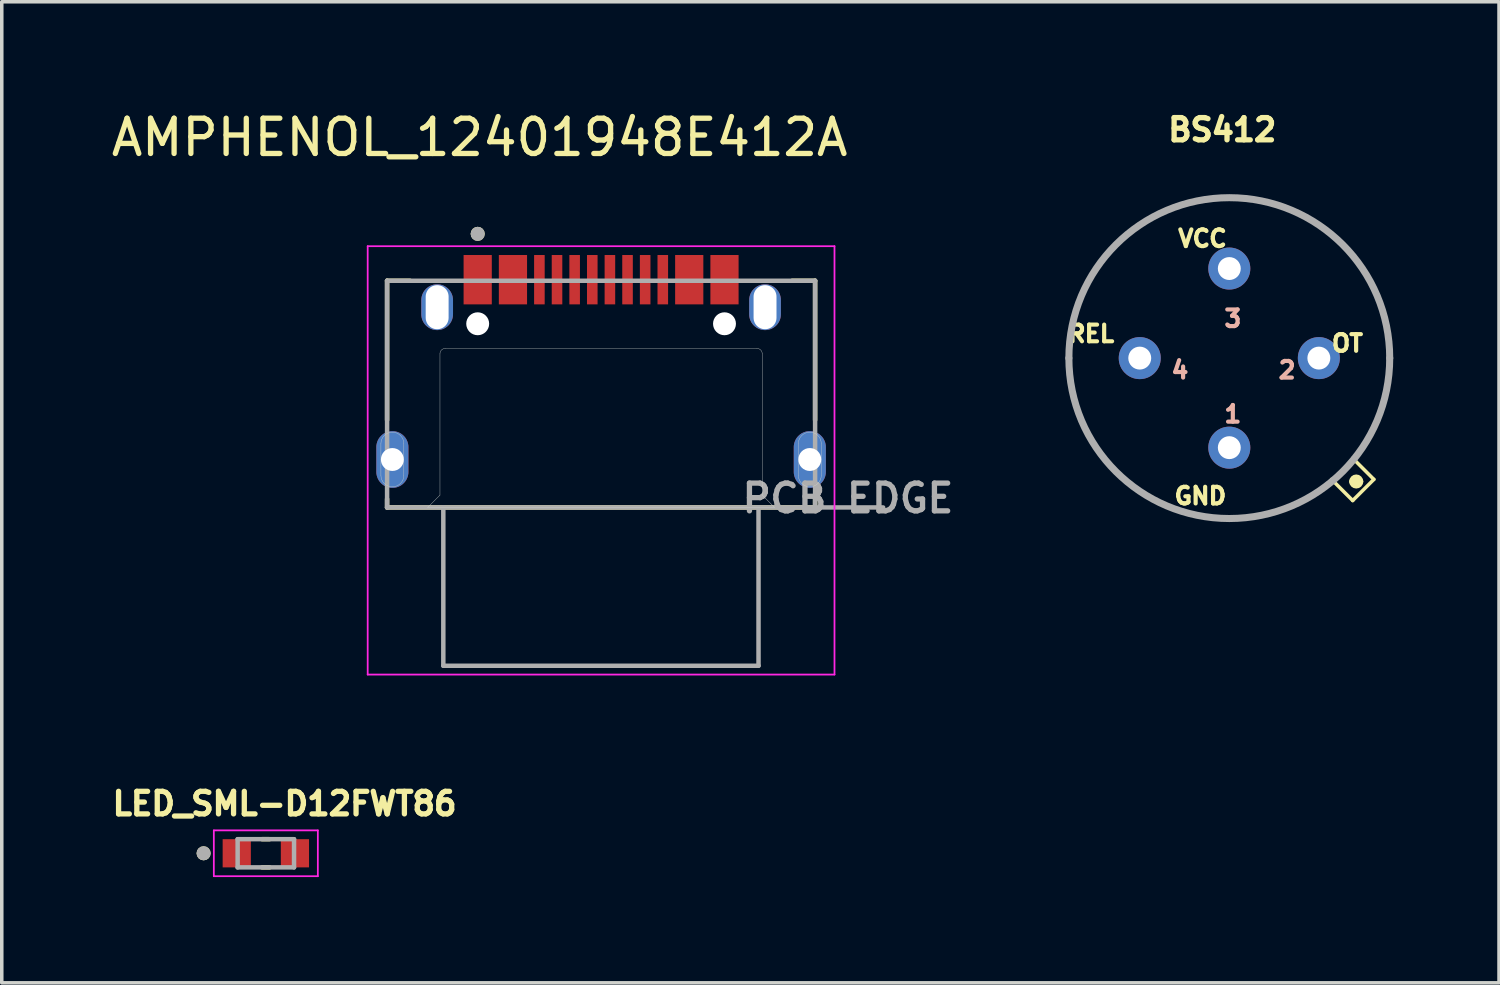
<source format=kicad_pcb>
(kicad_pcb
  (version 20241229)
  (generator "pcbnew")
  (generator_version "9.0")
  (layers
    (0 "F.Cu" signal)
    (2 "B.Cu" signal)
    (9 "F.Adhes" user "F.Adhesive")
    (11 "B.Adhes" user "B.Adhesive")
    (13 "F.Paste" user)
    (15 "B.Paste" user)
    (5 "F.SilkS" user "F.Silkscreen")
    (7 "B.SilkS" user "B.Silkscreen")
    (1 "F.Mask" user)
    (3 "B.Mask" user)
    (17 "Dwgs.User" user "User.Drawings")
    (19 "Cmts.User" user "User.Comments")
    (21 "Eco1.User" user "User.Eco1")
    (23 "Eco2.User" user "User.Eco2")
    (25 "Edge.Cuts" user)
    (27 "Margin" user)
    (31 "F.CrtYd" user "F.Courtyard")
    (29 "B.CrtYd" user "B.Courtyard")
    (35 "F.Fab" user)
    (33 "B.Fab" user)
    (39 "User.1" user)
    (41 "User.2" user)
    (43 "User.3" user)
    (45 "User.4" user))
  (footprint "AMPHENOL_12401948E412A"
    (layer "F.Cu")
    (at 13.999 9.983)
    (property "Reference" "AMPHENOL_12401948E412A" (at -3.445 -9.135 0) (layer "F.SilkS") (effects (font (size 1 1) (thickness 0.15))))
    (attr smd)
    (fp_poly (pts (xy -5.37 0.35) (xy -5.373 0.407) (xy -5.382 0.464) (xy -5.397 0.52) (xy -5.418 0.574) (xy -5.444 0.625) (xy -5.475 0.673) (xy -5.511 0.718) (xy -5.552 0.759) (xy -5.597 0.795) (xy -5.645 0.826) (xy -5.696 0.852) (xy -5.75 0.873) (xy -5.806 0.888) (xy -5.863 0.897) (xy -5.92 0.9) (xy -5.977 0.897) (xy -6.034 0.888) (xy -6.09 0.873) (xy -6.144 0.852) (xy -6.195 0.826) (xy -6.243 0.795) (xy -6.288 0.759) (xy -6.329 0.718) (xy -6.365 0.673) (xy -6.396 0.625) (xy -6.422 0.574) (xy -6.443 0.52) (xy -6.458 0.464) (xy -6.467 0.407) (xy -6.47 0.35) (xy -6.47 -0.35) (xy -6.467 -0.407) (xy -6.458 -0.464) (xy -6.443 -0.52) (xy -6.422 -0.574) (xy -6.396 -0.625) (xy -6.365 -0.673) (xy -6.329 -0.718) (xy -6.288 -0.759) (xy -6.243 -0.795) (xy -6.195 -0.826) (xy -6.144 -0.852) (xy -6.09 -0.873) (xy -6.034 -0.888) (xy -5.977 -0.897) (xy -5.92 -0.9) (xy -5.863 -0.897) (xy -5.806 -0.888) (xy -5.75 -0.873) (xy -5.696 -0.852) (xy -5.645 -0.826) (xy -5.597 -0.795) (xy -5.552 -0.759) (xy -5.511 -0.718) (xy -5.475 -0.673) (xy -5.444 -0.625) (xy -5.418 -0.574) (xy -5.397 -0.52) (xy -5.382 -0.464) (xy -5.373 -0.407) (xy -5.37 -0.35) (xy -5.37 0.35)) (stroke (width 0.01) (type solid)) (fill yes) (layer "F.Mask"))
    (fp_poly (pts (xy 6.47 0.35) (xy 6.467 0.407) (xy 6.458 0.464) (xy 6.443 0.52) (xy 6.422 0.574) (xy 6.396 0.625) (xy 6.365 0.673) (xy 6.329 0.718) (xy 6.288 0.759) (xy 6.243 0.795) (xy 6.195 0.826) (xy 6.144 0.852) (xy 6.09 0.873) (xy 6.034 0.888) (xy 5.977 0.897) (xy 5.92 0.9) (xy 5.863 0.897) (xy 5.806 0.888) (xy 5.75 0.873) (xy 5.696 0.852) (xy 5.645 0.826) (xy 5.597 0.795) (xy 5.552 0.759) (xy 5.511 0.718) (xy 5.475 0.673) (xy 5.444 0.625) (xy 5.418 0.574) (xy 5.397 0.52) (xy 5.382 0.464) (xy 5.373 0.407) (xy 5.37 0.35) (xy 5.37 -0.35) (xy 5.373 -0.407) (xy 5.382 -0.464) (xy 5.397 -0.52) (xy 5.418 -0.574) (xy 5.444 -0.625) (xy 5.475 -0.673) (xy 5.511 -0.718) (xy 5.552 -0.759) (xy 5.597 -0.795) (xy 5.645 -0.826) (xy 5.696 -0.852) (xy 5.75 -0.873) (xy 5.806 -0.888) (xy 5.863 -0.897) (xy 5.92 -0.9) (xy 5.977 -0.897) (xy 6.034 -0.888) (xy 6.09 -0.873) (xy 6.144 -0.852) (xy 6.195 -0.826) (xy 6.243 -0.795) (xy 6.288 -0.759) (xy 6.329 -0.718) (xy 6.365 -0.673) (xy 6.396 -0.625) (xy 6.422 -0.574) (xy 6.443 -0.52) (xy 6.458 -0.464) (xy 6.467 -0.407) (xy 6.47 -0.35) (xy 6.47 0.35)) (stroke (width 0.01) (type solid)) (fill yes) (layer "F.Mask"))
    (fp_poly (pts (xy -5.37 0.35) (xy -5.373 0.407) (xy -5.382 0.464) (xy -5.397 0.52) (xy -5.418 0.574) (xy -5.444 0.625) (xy -5.475 0.673) (xy -5.511 0.718) (xy -5.552 0.759) (xy -5.597 0.795) (xy -5.645 0.826) (xy -5.696 0.852) (xy -5.75 0.873) (xy -5.806 0.888) (xy -5.863 0.897) (xy -5.92 0.9) (xy -5.977 0.897) (xy -6.034 0.888) (xy -6.09 0.873) (xy -6.144 0.852) (xy -6.195 0.826) (xy -6.243 0.795) (xy -6.288 0.759) (xy -6.329 0.718) (xy -6.365 0.673) (xy -6.396 0.625) (xy -6.422 0.574) (xy -6.443 0.52) (xy -6.458 0.464) (xy -6.467 0.407) (xy -6.47 0.35) (xy -6.47 -0.35) (xy -6.467 -0.407) (xy -6.458 -0.464) (xy -6.443 -0.52) (xy -6.422 -0.574) (xy -6.396 -0.625) (xy -6.365 -0.673) (xy -6.329 -0.718) (xy -6.288 -0.759) (xy -6.243 -0.795) (xy -6.195 -0.826) (xy -6.144 -0.852) (xy -6.09 -0.873) (xy -6.034 -0.888) (xy -5.977 -0.897) (xy -5.92 -0.9) (xy -5.863 -0.897) (xy -5.806 -0.888) (xy -5.75 -0.873) (xy -5.696 -0.852) (xy -5.645 -0.826) (xy -5.597 -0.795) (xy -5.552 -0.759) (xy -5.511 -0.718) (xy -5.475 -0.673) (xy -5.444 -0.625) (xy -5.418 -0.574) (xy -5.397 -0.52) (xy -5.382 -0.464) (xy -5.373 -0.407) (xy -5.37 -0.35) (xy -5.37 0.35)) (stroke (width 0.01) (type solid)) (fill yes) (layer "B.Mask"))
    (fp_poly (pts (xy 6.47 0.35) (xy 6.467 0.407) (xy 6.458 0.464) (xy 6.443 0.52) (xy 6.422 0.574) (xy 6.396 0.625) (xy 6.365 0.673) (xy 6.329 0.718) (xy 6.288 0.759) (xy 6.243 0.795) (xy 6.195 0.826) (xy 6.144 0.852) (xy 6.09 0.873) (xy 6.034 0.888) (xy 5.977 0.897) (xy 5.92 0.9) (xy 5.863 0.897) (xy 5.806 0.888) (xy 5.75 0.873) (xy 5.696 0.852) (xy 5.645 0.826) (xy 5.597 0.795) (xy 5.552 0.759) (xy 5.511 0.718) (xy 5.475 0.673) (xy 5.444 0.625) (xy 5.418 0.574) (xy 5.397 0.52) (xy 5.382 0.464) (xy 5.373 0.407) (xy 5.37 0.35) (xy 5.37 -0.35) (xy 5.373 -0.407) (xy 5.382 -0.464) (xy 5.397 -0.52) (xy 5.418 -0.574) (xy 5.444 -0.625) (xy 5.475 -0.673) (xy 5.511 -0.718) (xy 5.552 -0.759) (xy 5.597 -0.795) (xy 5.645 -0.826) (xy 5.696 -0.852) (xy 5.75 -0.873) (xy 5.806 -0.888) (xy 5.863 -0.897) (xy 5.92 -0.9) (xy 5.977 -0.897) (xy 6.034 -0.888) (xy 6.09 -0.873) (xy 6.144 -0.852) (xy 6.195 -0.826) (xy 6.243 -0.795) (xy 6.288 -0.759) (xy 6.329 -0.718) (xy 6.365 -0.673) (xy 6.396 -0.625) (xy 6.422 -0.574) (xy 6.443 -0.52) (xy 6.458 -0.464) (xy 6.467 -0.407) (xy 6.47 -0.35) (xy 6.47 0.35)) (stroke (width 0.01) (type solid)) (fill yes) (layer "B.Mask"))
    (fp_line (start -6.07 -5.07) (end -5.42 -5.07) (stroke (width 0.127) (type solid)) (layer "F.SilkS"))
    (fp_line (start -6.07 -1.12) (end -6.07 -5.07) (stroke (width 0.127) (type solid)) (layer "F.SilkS"))
    (fp_line (start -6.07 1.36) (end -6.07 1.12) (stroke (width 0.127) (type solid)) (layer "F.SilkS"))
    (fp_line (start -6.07 1.36) (end 6.07 1.36) (stroke (width 0.127) (type solid)) (layer "F.SilkS"))
    (fp_line (start 5.42 -5.07) (end 6.07 -5.07) (stroke (width 0.127) (type solid)) (layer "F.SilkS"))
    (fp_line (start 6.07 -5.07) (end 6.07 -1.12) (stroke (width 0.127) (type solid)) (layer "F.SilkS"))
    (fp_line (start 6.07 1.36) (end 6.07 1.12) (stroke (width 0.127) (type solid)) (layer "F.SilkS"))
    (fp_circle (center -3.5 -6.4) (end -3.4 -6.4) (stroke (width 0.2) (type solid)) (fill no) (layer "F.SilkS"))
    (fp_line (start -6.245 -0.45) (end -6.245 0.45) (stroke (width 0.01) (type solid)) (layer "Edge.Cuts"))
    (fp_line (start -5.595 -0.45) (end -5.595 0.45) (stroke (width 0.01) (type solid)) (layer "Edge.Cuts"))
    (fp_line (start -4.92 1.36) (end -4.57 1.01) (stroke (width 0.01) (type solid)) (layer "Edge.Cuts"))
    (fp_line (start -4.57 1.01) (end -4.57 -3) (stroke (width 0.01) (type solid)) (layer "Edge.Cuts"))
    (fp_line (start -4.42 -3.15) (end 4.42 -3.15) (stroke (width 0.01) (type solid)) (layer "Edge.Cuts"))
    (fp_line (start 4.57 -3) (end 4.57 1.01) (stroke (width 0.01) (type solid)) (layer "Edge.Cuts"))
    (fp_line (start 4.57 1.01) (end 4.92 1.36) (stroke (width 0.01) (type solid)) (layer "Edge.Cuts"))
    (fp_line (start 4.92 1.36) (end -4.92 1.36) (stroke (width 0.01) (type solid)) (layer "Edge.Cuts"))
    (fp_line (start 5.595 -0.45) (end 5.595 0.45) (stroke (width 0.01) (type solid)) (layer "Edge.Cuts"))
    (fp_line (start 6.245 -0.45) (end 6.245 0.45) (stroke (width 0.01) (type solid)) (layer "Edge.Cuts"))
    (fp_arc (start -6.245 -0.45) (mid -5.92 -0.775) (end -5.595 -0.45) (stroke (width 0.01) (type solid)) (layer "Edge.Cuts"))
    (fp_arc (start -5.595 0.45) (mid -5.92 0.775) (end -6.245 0.45) (stroke (width 0.01) (type solid)) (layer "Edge.Cuts"))
    (fp_arc (start -4.57 -3) (mid -4.526066 -3.106066) (end -4.42 -3.15) (stroke (width 0.01) (type solid)) (layer "Edge.Cuts"))
    (fp_arc (start 4.42 -3.15) (mid 4.526066 -3.106066) (end 4.57 -3) (stroke (width 0.01) (type solid)) (layer "Edge.Cuts"))
    (fp_arc (start 5.595 -0.45) (mid 5.92 -0.775) (end 6.245 -0.45) (stroke (width 0.01) (type solid)) (layer "Edge.Cuts"))
    (fp_arc (start 6.245 0.45) (mid 5.92 0.775) (end 5.595 0.45) (stroke (width 0.01) (type solid)) (layer "Edge.Cuts"))
    (fp_line (start -6.62 -6.05) (end -6.62 6.1) (stroke (width 0.05) (type solid)) (layer "F.CrtYd"))
    (fp_line (start -6.62 6.1) (end 6.62 6.1) (stroke (width 0.05) (type solid)) (layer "F.CrtYd"))
    (fp_line (start 6.62 -6.05) (end -6.62 -6.05) (stroke (width 0.05) (type solid)) (layer "F.CrtYd"))
    (fp_line (start 6.62 6.1) (end 6.62 -6.05) (stroke (width 0.05) (type solid)) (layer "F.CrtYd"))
    (fp_line (start -6.07 -5.07) (end 6.07 -5.07) (stroke (width 0.127) (type solid)) (layer "F.Fab"))
    (fp_line (start -6.07 1.36) (end -6.07 -5.07) (stroke (width 0.127) (type solid)) (layer "F.Fab"))
    (fp_line (start -4.475 1.36) (end -6.07 1.36) (stroke (width 0.127) (type solid)) (layer "F.Fab"))
    (fp_line (start -4.475 1.36) (end 4.465 1.36) (stroke (width 0.127) (type solid)) (layer "F.Fab"))
    (fp_line (start -4.475 5.85) (end -4.475 1.36) (stroke (width 0.127) (type solid)) (layer "F.Fab"))
    (fp_line (start 4.465 1.36) (end 4.465 5.85) (stroke (width 0.127) (type solid)) (layer "F.Fab"))
    (fp_line (start 4.465 1.36) (end 6.07 1.36) (stroke (width 0.127) (type solid)) (layer "F.Fab"))
    (fp_line (start 4.465 5.85) (end -4.475 5.85) (stroke (width 0.127) (type solid)) (layer "F.Fab"))
    (fp_line (start 6.07 -5.07) (end 6.07 1.36) (stroke (width 0.127) (type solid)) (layer "F.Fab"))
    (fp_line (start 6.07 1.36) (end 8 1.36) (stroke (width 0.127) (type solid)) (layer "F.Fab"))
    (fp_circle (center -3.5 -6.4) (end -3.4 -6.4) (stroke (width 0.2) (type solid)) (fill no) (layer "F.Fab"))
    (fp_text user "PCB EDGE" (at 7 1.1 0) (layer "F.Fab") (effects (font (size 0.787 0.787) (thickness 0.15))))
    (pad "" np_thru_hole circle (at -3.5 -3.85) (size 0.65 0.65) (drill 0.65) (layers "*.Cu" "*.Mask"))
    (pad "" np_thru_hole circle (at 3.5 -3.85) (size 0.65 0.65) (drill 0.65) (layers "*.Cu" "*.Mask"))
    (pad "A1_B12" smd rect (at -3.5 -5.1) (size 0.8 1.4) (layers "F.Cu" "F.Mask" "F.Paste"))
    (pad "A4_B9" smd rect (at -2.5 -5.1) (size 0.8 1.4) (layers "F.Cu" "F.Mask" "F.Paste"))
    (pad "A5" smd rect (at -1.25 -5.1) (size 0.3 1.4) (layers "F.Cu" "F.Mask" "F.Paste"))
    (pad "A6" smd rect (at -0.25 -5.1) (size 0.3 1.4) (layers "F.Cu" "F.Mask" "F.Paste"))
    (pad "A7" smd rect (at 0.25 -5.1) (size 0.3 1.4) (layers "F.Cu" "F.Mask" "F.Paste"))
    (pad "A8" smd rect (at 1.25 -5.1) (size 0.3 1.4) (layers "F.Cu" "F.Mask" "F.Paste"))
    (pad "A9_B4" smd rect (at 2.5 -5.1) (size 0.8 1.4) (layers "F.Cu" "F.Mask" "F.Paste"))
    (pad "A12_B1" smd rect (at 3.5 -5.1) (size 0.8 1.4) (layers "F.Cu" "F.Mask" "F.Paste"))
    (pad "B5" smd rect (at 1.75 -5.1) (size 0.3 1.4) (layers "F.Cu" "F.Mask" "F.Paste"))
    (pad "B6" smd rect (at 0.75 -5.1) (size 0.3 1.4) (layers "F.Cu" "F.Mask" "F.Paste"))
    (pad "B7" smd rect (at -0.75 -5.1) (size 0.3 1.4) (layers "F.Cu" "F.Mask" "F.Paste"))
    (pad "B8" smd rect (at -1.75 -5.1) (size 0.3 1.4) (layers "F.Cu" "F.Mask" "F.Paste"))
    (pad "S1" thru_hole custom (at -5.92 0) (size 0.9 0.9) (drill 0.65) (layers "*.Cu" "*.Mask") (options (anchor circle)) (primitives (gr_poly (pts (xy 0.45 0.35) (xy 0.448 0.397) (xy 0.44 0.444) (xy 0.428 0.489) (xy 0.411 0.533) (xy 0.39 0.575) (xy 0.364 0.615) (xy 0.334 0.651) (xy 0.301 0.684) (xy 0.265 0.714) (xy 0.225 0.74) (xy 0.183 0.761) (xy 0.139 0.778) (xy 0.094 0.79) (xy 0.047 0.798) (xy 0 0.8) (xy -0.047 0.798) (xy -0.094 0.79) (xy -0.139 0.778) (xy -0.183 0.761) (xy -0.225 0.74) (xy -0.265 0.714) (xy -0.301 0.684) (xy -0.334 0.651) (xy -0.364 0.615) (xy -0.39 0.575) (xy -0.411 0.533) (xy -0.428 0.489) (xy -0.44 0.444) (xy -0.448 0.397) (xy -0.45 0.35) (xy -0.45 -0.35) (xy -0.448 -0.397) (xy -0.44 -0.444) (xy -0.428 -0.489) (xy -0.411 -0.533) (xy -0.39 -0.575) (xy -0.364 -0.615) (xy -0.334 -0.651) (xy -0.301 -0.684) (xy -0.265 -0.714) (xy -0.225 -0.74) (xy -0.183 -0.761) (xy -0.139 -0.778) (xy -0.094 -0.79) (xy -0.047 -0.798) (xy 0 -0.8) (xy 0.047 -0.798) (xy 0.094 -0.79) (xy 0.139 -0.778) (xy 0.183 -0.761) (xy 0.225 -0.74) (xy 0.265 -0.714) (xy 0.301 -0.684) (xy 0.334 -0.651) (xy 0.364 -0.615) (xy 0.39 -0.575) (xy 0.411 -0.533) (xy 0.428 -0.489) (xy 0.44 -0.444) (xy 0.448 -0.397) (xy 0.45 -0.35) (xy 0.45 0.35)) (width 0.01) (fill yes))))
    (pad "S2" thru_hole custom (at 5.92 0) (size 0.9 0.9) (drill 0.65) (layers "*.Cu" "*.Mask") (options (anchor circle)) (primitives (gr_poly (pts (xy 0.45 0.35) (xy 0.448 0.397) (xy 0.44 0.444) (xy 0.428 0.489) (xy 0.411 0.533) (xy 0.39 0.575) (xy 0.364 0.615) (xy 0.334 0.651) (xy 0.301 0.684) (xy 0.265 0.714) (xy 0.225 0.74) (xy 0.183 0.761) (xy 0.139 0.778) (xy 0.094 0.79) (xy 0.047 0.798) (xy 0 0.8) (xy -0.047 0.798) (xy -0.094 0.79) (xy -0.139 0.778) (xy -0.183 0.761) (xy -0.225 0.74) (xy -0.265 0.714) (xy -0.301 0.684) (xy -0.334 0.651) (xy -0.364 0.615) (xy -0.39 0.575) (xy -0.411 0.533) (xy -0.428 0.489) (xy -0.44 0.444) (xy -0.448 0.397) (xy -0.45 0.35) (xy -0.45 -0.35) (xy -0.448 -0.397) (xy -0.44 -0.444) (xy -0.428 -0.489) (xy -0.411 -0.533) (xy -0.39 -0.575) (xy -0.364 -0.615) (xy -0.334 -0.651) (xy -0.301 -0.684) (xy -0.265 -0.714) (xy -0.225 -0.74) (xy -0.183 -0.761) (xy -0.139 -0.778) (xy -0.094 -0.79) (xy -0.047 -0.798) (xy 0 -0.8) (xy 0.047 -0.798) (xy 0.094 -0.79) (xy 0.139 -0.778) (xy 0.183 -0.761) (xy 0.225 -0.74) (xy 0.265 -0.714) (xy 0.301 -0.684) (xy 0.334 -0.651) (xy 0.364 -0.615) (xy 0.39 -0.575) (xy 0.411 -0.533) (xy 0.428 -0.489) (xy 0.44 -0.444) (xy 0.448 -0.397) (xy 0.45 -0.35) (xy 0.45 0.35)) (width 0.01) (fill yes))))
    (pad "S3" thru_hole oval (at -4.65 -4.32) (size 0.9 1.3) (drill oval 0.65 1.25) (layers "*.Cu" "*.Mask"))
    (pad "S4" thru_hole oval (at 4.65 -4.32) (size 0.9 1.3) (drill oval 0.65 1.25) (layers "*.Cu" "*.Mask")))
  (footprint "LED_SML-D12FWT86"
    (layer "F.Cu")
    (at 4.49 21.152)
    (property "Reference" "LED_SML-D12FWT86" (at 0.532 -1.406 0) (layer "F.SilkS") (effects (font (size 0.64 0.64) (thickness 0.15))))
    (attr smd)
    (fp_line (start -0.105 -0.4) (end 0.105 -0.4) (stroke (width 0.127) (type solid)) (layer "F.SilkS"))
    (fp_line (start -0.105 0.4) (end 0.105 0.4) (stroke (width 0.127) (type solid)) (layer "F.SilkS"))
    (fp_circle (center -1.765 0) (end -1.665 0) (stroke (width 0.2) (type solid)) (fill no) (layer "F.SilkS"))
    (fp_line (start -1.475 -0.65) (end -1.475 0.65) (stroke (width 0.05) (type solid)) (layer "F.CrtYd"))
    (fp_line (start -1.475 0.65) (end 1.475 0.65) (stroke (width 0.05) (type solid)) (layer "F.CrtYd"))
    (fp_line (start 1.475 -0.65) (end -1.475 -0.65) (stroke (width 0.05) (type solid)) (layer "F.CrtYd"))
    (fp_line (start 1.475 0.65) (end 1.475 -0.65) (stroke (width 0.05) (type solid)) (layer "F.CrtYd"))
    (fp_line (start -0.8 -0.4) (end -0.8 0.4) (stroke (width 0.127) (type solid)) (layer "F.Fab"))
    (fp_line (start -0.8 0.4) (end 0.8 0.4) (stroke (width 0.127) (type solid)) (layer "F.Fab"))
    (fp_line (start 0.8 -0.4) (end -0.8 -0.4) (stroke (width 0.127) (type solid)) (layer "F.Fab"))
    (fp_line (start 0.8 0.4) (end 0.8 -0.4) (stroke (width 0.127) (type solid)) (layer "F.Fab"))
    (fp_circle (center -1.765 0) (end -1.665 0) (stroke (width 0.2) (type solid)) (fill no) (layer "F.Fab"))
    (pad "A" smd rect (at 0.825 0) (size 0.8 0.8) (layers "F.Cu" "F.Mask" "F.Paste"))
    (pad "C" smd rect (at -0.825 0) (size 0.8 0.8) (layers "F.Cu" "F.Mask" "F.Paste")))
  (footprint "BS412"
    (layer "F.Cu")
    (at 31.817 9.647)
    (property "Reference" "BS412" (at -0.2 -9.015 0) (layer "F.SilkS") (effects (font (size 0.63 0.63) (thickness 0.15))))
    (attr through_hole)
    (fp_line (start 3.5 0.3) (end 4.1 0.9) (stroke (width 0.1) (type solid)) (layer "F.SilkS"))
    (fp_line (start 3.5 1.5) (end 2.9 0.9) (stroke (width 0.1) (type solid)) (layer "F.SilkS"))
    (fp_line (start 4.1 0.9) (end 3.5 1.5) (stroke (width 0.1) (type solid)) (layer "F.SilkS"))
    (fp_arc (start -4.55 -2.54) (mid 0 -7.09) (end 4.55 -2.54) (stroke (width 0.1) (type solid)) (layer "F.SilkS"))
    (fp_arc (start 3.5 0.96) (mid 3.6 0.86) (end 3.7 0.96) (stroke (width 0.2) (type solid)) (layer "F.SilkS"))
    (fp_arc (start 3.7 0.96) (mid 3.6 1.06) (end 3.5 0.96) (stroke (width 0.2) (type solid)) (layer "F.SilkS"))
    (fp_arc (start 4.55 -2.54) (mid 0 2.01) (end -4.55 -2.54) (stroke (width 0.1) (type solid)) (layer "F.SilkS"))
    (fp_arc (start -4.55 -2.54) (mid 0 -7.09) (end 4.55 -2.54) (stroke (width 0.2) (type solid)) (layer "F.Fab"))
    (fp_arc (start 4.55 -2.54) (mid 0 2.01) (end -4.55 -2.54) (stroke (width 0.2) (type solid)) (layer "F.Fab"))
    (fp_text user "GND" (at -0.82 1.37 0) (layer "F.SilkS") (effects (font (size 0.472 0.472) (thickness 0.15))))
    (fp_text user "VCC" (at -0.76 -5.93 0) (layer "F.SilkS") (effects (font (size 0.472 0.472) (thickness 0.15))))
    (fp_text user "OT" (at 3.35 -2.96 0) (layer "F.SilkS") (effects (font (size 0.472 0.472) (thickness 0.15))))
    (fp_text user "REL" (at -3.92 -3.23 0) (layer "F.SilkS") (effects (font (size 0.472 0.472) (thickness 0.15))))
    (fp_text user "3" (at 0.1 -3.66 0) (layer "B.SilkS") (effects (font (size 0.472 0.472) (thickness 0.15))))
    (fp_text user "1" (at 0.1 -0.95 0) (layer "B.SilkS") (effects (font (size 0.472 0.472) (thickness 0.15))))
    (fp_text user "2" (at 1.64 -2.2 0) (layer "B.SilkS") (effects (font (size 0.472 0.472) (thickness 0.15))))
    (fp_text user "4" (at -1.4 -2.2 0) (layer "B.SilkS") (effects (font (size 0.472 0.472) (thickness 0.15))))
    (pad "1" thru_hole circle (at 0 0) (size 1.192 1.192) (drill 0.65) (layers "*.Cu" "*.Mask"))
    (pad "2" thru_hole circle (at 2.54 -2.54) (size 1.192 1.192) (drill 0.65) (layers "*.Cu" "*.Mask"))
    (pad "3" thru_hole circle (at 0 -5.08) (size 1.192 1.192) (drill 0.65) (layers "*.Cu" "*.Mask"))
    (pad "4" thru_hole circle (at -2.54 -2.54) (size 1.192 1.192) (drill 0.65) (layers "*.Cu" "*.Mask")))
  (gr_rect
    (start -3 -3)
    (end 39.467 24.827)
    (stroke (width 0.1) (type default))
    (fill no)
    (layer "Edge.Cuts")))
</source>
